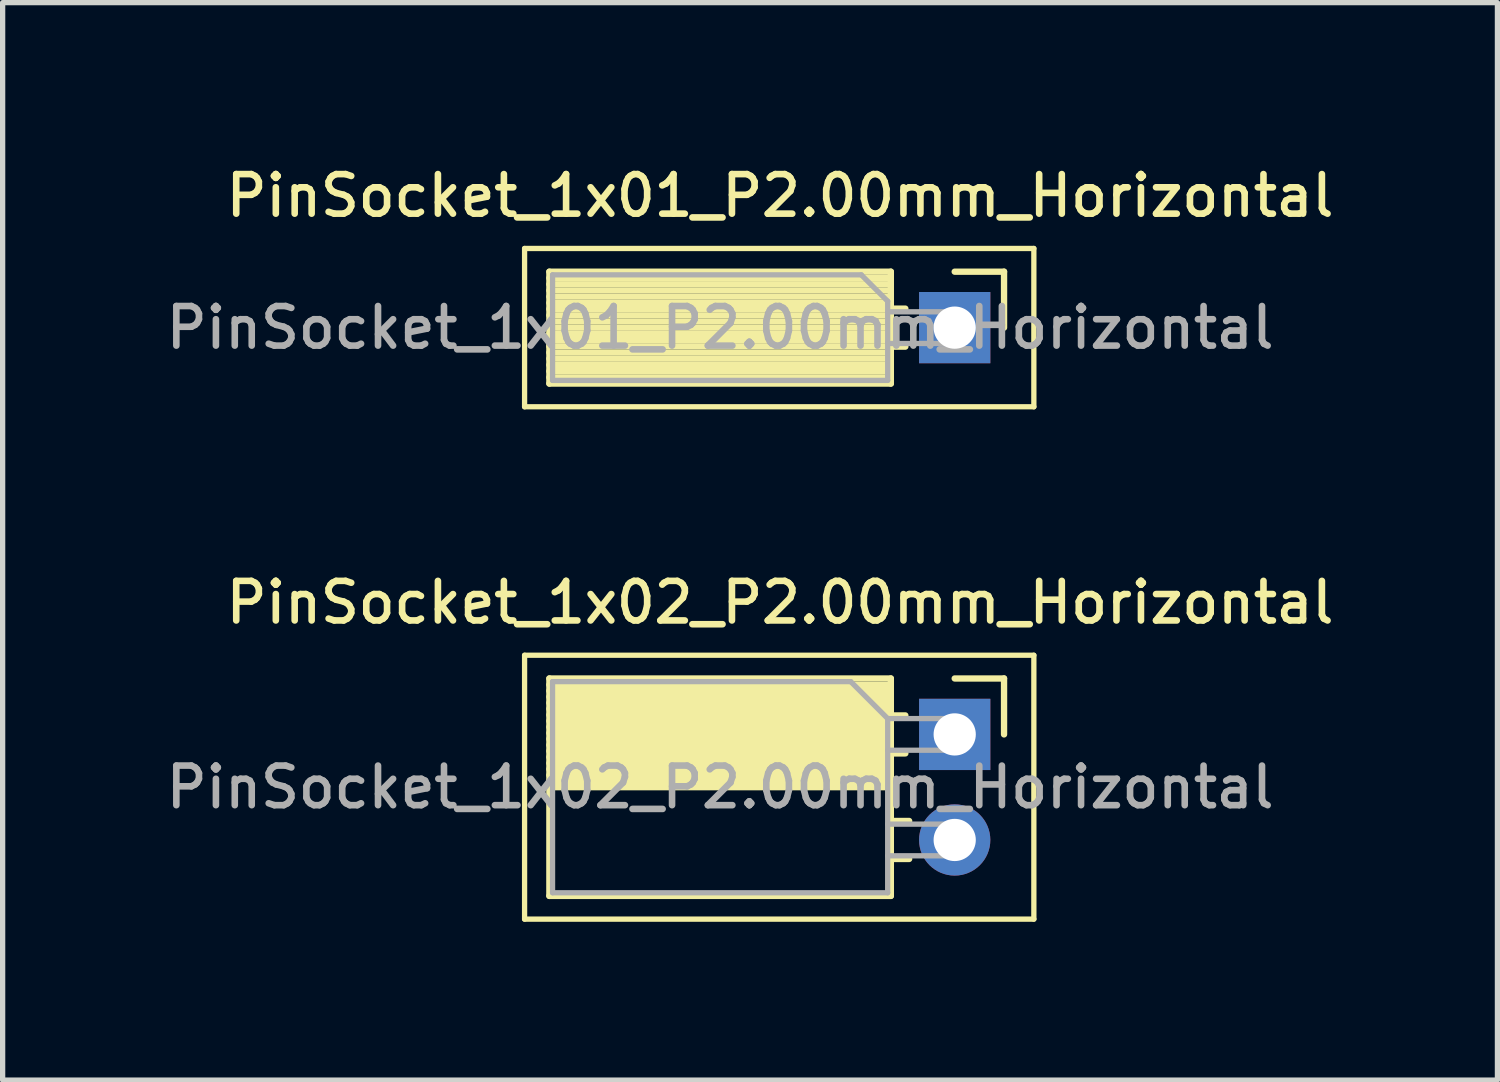
<source format=kicad_pcb>
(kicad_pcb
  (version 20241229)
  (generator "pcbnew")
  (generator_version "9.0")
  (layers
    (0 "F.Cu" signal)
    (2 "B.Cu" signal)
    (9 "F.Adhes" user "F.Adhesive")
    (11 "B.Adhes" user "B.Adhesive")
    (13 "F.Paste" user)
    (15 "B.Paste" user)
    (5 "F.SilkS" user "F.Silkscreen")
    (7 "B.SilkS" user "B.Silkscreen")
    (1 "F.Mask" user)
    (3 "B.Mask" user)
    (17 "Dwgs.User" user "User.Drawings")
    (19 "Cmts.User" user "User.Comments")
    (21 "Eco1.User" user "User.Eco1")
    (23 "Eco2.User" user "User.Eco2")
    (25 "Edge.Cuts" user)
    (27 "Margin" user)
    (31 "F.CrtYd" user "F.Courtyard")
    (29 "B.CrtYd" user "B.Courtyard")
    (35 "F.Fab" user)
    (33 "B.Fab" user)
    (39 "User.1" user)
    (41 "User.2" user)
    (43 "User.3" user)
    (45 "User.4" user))
  (footprint "PinSocket_1x02_P2.00mm_Horizontal"
    (layer "F.Cu")
    (at 15.04 10.866)
    (property "Reference" "PinSocket_1x02_P2.00mm_Horizontal" (at -3.31 -2.5 0) (layer "F.SilkS") (effects (font (size 0.75 0.75) (thickness 0.125))))
    (attr through_hole)
    (fp_line (start -8.15 -1.5) (end -8.15 3.5) (stroke (width 0.1) (type solid)) (layer "F.SilkS"))
    (fp_line (start -8.15 3.5) (end 1.5 3.5) (stroke (width 0.1) (type solid)) (layer "F.SilkS"))
    (fp_line (start -7.68 -1.06) (end -7.68 3.06) (stroke (width 0.12) (type solid)) (layer "F.SilkS"))
    (fp_line (start -7.68 -1.06) (end -1.21 -1.06) (stroke (width 0.12) (type solid)) (layer "F.SilkS"))
    (fp_line (start -7.68 -0.94) (end -1.21 -0.94) (stroke (width 0.12) (type solid)) (layer "F.SilkS"))
    (fp_line (start -7.68 -0.826) (end -1.21 -0.826) (stroke (width 0.12) (type solid)) (layer "F.SilkS"))
    (fp_line (start -7.68 -0.712) (end -1.21 -0.712) (stroke (width 0.12) (type solid)) (layer "F.SilkS"))
    (fp_line (start -7.68 -0.598) (end -1.21 -0.598) (stroke (width 0.12) (type solid)) (layer "F.SilkS"))
    (fp_line (start -7.68 -0.484) (end -1.21 -0.484) (stroke (width 0.12) (type solid)) (layer "F.SilkS"))
    (fp_line (start -7.68 -0.369) (end -1.21 -0.369) (stroke (width 0.12) (type solid)) (layer "F.SilkS"))
    (fp_line (start -7.68 -0.255) (end -1.21 -0.255) (stroke (width 0.12) (type solid)) (layer "F.SilkS"))
    (fp_line (start -7.68 -0.141) (end -1.21 -0.141) (stroke (width 0.12) (type solid)) (layer "F.SilkS"))
    (fp_line (start -7.68 -0.027) (end -1.21 -0.027) (stroke (width 0.12) (type solid)) (layer "F.SilkS"))
    (fp_line (start -7.68 0.087) (end -1.21 0.087) (stroke (width 0.12) (type solid)) (layer "F.SilkS"))
    (fp_line (start -7.68 0.201) (end -1.21 0.201) (stroke (width 0.12) (type solid)) (layer "F.SilkS"))
    (fp_line (start -7.68 0.315) (end -1.21 0.315) (stroke (width 0.12) (type solid)) (layer "F.SilkS"))
    (fp_line (start -7.68 0.429) (end -1.21 0.429) (stroke (width 0.12) (type solid)) (layer "F.SilkS"))
    (fp_line (start -7.68 0.544) (end -1.21 0.544) (stroke (width 0.12) (type solid)) (layer "F.SilkS"))
    (fp_line (start -7.68 0.658) (end -1.21 0.658) (stroke (width 0.12) (type solid)) (layer "F.SilkS"))
    (fp_line (start -7.68 0.772) (end -1.21 0.772) (stroke (width 0.12) (type solid)) (layer "F.SilkS"))
    (fp_line (start -7.68 0.886) (end -1.21 0.886) (stroke (width 0.12) (type solid)) (layer "F.SilkS"))
    (fp_line (start -7.68 1) (end -1.21 1) (stroke (width 0.12) (type solid)) (layer "F.SilkS"))
    (fp_line (start -7.68 3.06) (end -1.21 3.06) (stroke (width 0.12) (type solid)) (layer "F.SilkS"))
    (fp_line (start -1.21 -1.06) (end -1.21 3.06) (stroke (width 0.12) (type solid)) (layer "F.SilkS"))
    (fp_line (start -1.21 -0.36) (end -0.935 -0.36) (stroke (width 0.12) (type solid)) (layer "F.SilkS"))
    (fp_line (start -1.21 0.36) (end -0.935 0.36) (stroke (width 0.12) (type solid)) (layer "F.SilkS"))
    (fp_line (start -1.21 1.64) (end -0.863 1.64) (stroke (width 0.12) (type solid)) (layer "F.SilkS"))
    (fp_line (start -1.21 2.36) (end -0.863 2.36) (stroke (width 0.12) (type solid)) (layer "F.SilkS"))
    (fp_line (start 0 -1.06) (end 0.935 -1.06) (stroke (width 0.12) (type solid)) (layer "F.SilkS"))
    (fp_line (start 0.935 -1.06) (end 0.935 0) (stroke (width 0.12) (type solid)) (layer "F.SilkS"))
    (fp_line (start 1.5 -1.5) (end -8.15 -1.5) (stroke (width 0.1) (type solid)) (layer "F.SilkS"))
    (fp_line (start 1.5 3.5) (end 1.5 -1.5) (stroke (width 0.1) (type solid)) (layer "F.SilkS"))
    (fp_line (start -7.62 -1) (end -1.97 -1) (stroke (width 0.1) (type solid)) (layer "F.Fab"))
    (fp_line (start -7.62 3) (end -7.62 -1) (stroke (width 0.1) (type solid)) (layer "F.Fab"))
    (fp_line (start -1.97 -1) (end -1.27 -0.3) (stroke (width 0.1) (type solid)) (layer "F.Fab"))
    (fp_line (start -1.27 -0.3) (end -1.27 3) (stroke (width 0.1) (type solid)) (layer "F.Fab"))
    (fp_line (start -1.27 0.3) (end 0 0.3) (stroke (width 0.1) (type solid)) (layer "F.Fab"))
    (fp_line (start -1.27 2.3) (end 0 2.3) (stroke (width 0.1) (type solid)) (layer "F.Fab"))
    (fp_line (start -1.27 3) (end -7.62 3) (stroke (width 0.1) (type solid)) (layer "F.Fab"))
    (fp_line (start 0 -0.3) (end -1.27 -0.3) (stroke (width 0.1) (type solid)) (layer "F.Fab"))
    (fp_line (start 0 0.3) (end 0 -0.3) (stroke (width 0.1) (type solid)) (layer "F.Fab"))
    (fp_line (start 0 1.7) (end -1.27 1.7) (stroke (width 0.1) (type solid)) (layer "F.Fab"))
    (fp_line (start 0 2.3) (end 0 1.7) (stroke (width 0.1) (type solid)) (layer "F.Fab"))
    (fp_text user "${REFERENCE}" (at -4.445 1 0) (layer "F.Fab") (effects (font (size 0.75 0.75) (thickness 0.125))))
    (pad "1" thru_hole rect (at 0 0) (size 1.35 1.35) (drill 0.8) (layers "*.Cu" "*.Mask"))
    (pad "2" thru_hole oval (at 0 2) (size 1.35 1.35) (drill 0.8) (layers "*.Cu" "*.Mask")))
  (footprint "PinSocket_1x01_P2.00mm_Horizontal"
    (layer "F.Cu")
    (at 15.04 3.158)
    (property "Reference" "PinSocket_1x01_P2.00mm_Horizontal" (at -3.31 -2.5 0) (layer "F.SilkS") (effects (font (size 0.75 0.75) (thickness 0.125))))
    (attr through_hole)
    (fp_line (start -8.15 -1.5) (end -8.15 1.5) (stroke (width 0.1) (type solid)) (layer "F.SilkS"))
    (fp_line (start -8.15 1.5) (end 1.5 1.5) (stroke (width 0.1) (type solid)) (layer "F.SilkS"))
    (fp_line (start -7.68 -1.06) (end -7.68 1.06) (stroke (width 0.12) (type solid)) (layer "F.SilkS"))
    (fp_line (start -7.68 -1.06) (end -1.21 -1.06) (stroke (width 0.12) (type solid)) (layer "F.SilkS"))
    (fp_line (start -7.68 -0.94) (end -1.21 -0.94) (stroke (width 0.12) (type solid)) (layer "F.SilkS"))
    (fp_line (start -7.68 -0.822) (end -1.21 -0.822) (stroke (width 0.12) (type solid)) (layer "F.SilkS"))
    (fp_line (start -7.68 -0.705) (end -1.21 -0.705) (stroke (width 0.12) (type solid)) (layer "F.SilkS"))
    (fp_line (start -7.68 -0.587) (end -1.21 -0.587) (stroke (width 0.12) (type solid)) (layer "F.SilkS"))
    (fp_line (start -7.68 -0.469) (end -1.21 -0.469) (stroke (width 0.12) (type solid)) (layer "F.SilkS"))
    (fp_line (start -7.68 -0.352) (end -1.21 -0.352) (stroke (width 0.12) (type solid)) (layer "F.SilkS"))
    (fp_line (start -7.68 -0.234) (end -1.21 -0.234) (stroke (width 0.12) (type solid)) (layer "F.SilkS"))
    (fp_line (start -7.68 -0.116) (end -1.21 -0.116) (stroke (width 0.12) (type solid)) (layer "F.SilkS"))
    (fp_line (start -7.68 0.001) (end -1.21 0.001) (stroke (width 0.12) (type solid)) (layer "F.SilkS"))
    (fp_line (start -7.68 0.119) (end -1.21 0.119) (stroke (width 0.12) (type solid)) (layer "F.SilkS"))
    (fp_line (start -7.68 0.236) (end -1.21 0.236) (stroke (width 0.12) (type solid)) (layer "F.SilkS"))
    (fp_line (start -7.68 0.354) (end -1.21 0.354) (stroke (width 0.12) (type solid)) (layer "F.SilkS"))
    (fp_line (start -7.68 0.472) (end -1.21 0.472) (stroke (width 0.12) (type solid)) (layer "F.SilkS"))
    (fp_line (start -7.68 0.589) (end -1.21 0.589) (stroke (width 0.12) (type solid)) (layer "F.SilkS"))
    (fp_line (start -7.68 0.707) (end -1.21 0.707) (stroke (width 0.12) (type solid)) (layer "F.SilkS"))
    (fp_line (start -7.68 0.825) (end -1.21 0.825) (stroke (width 0.12) (type solid)) (layer "F.SilkS"))
    (fp_line (start -7.68 0.942) (end -1.21 0.942) (stroke (width 0.12) (type solid)) (layer "F.SilkS"))
    (fp_line (start -7.68 1.06) (end -1.21 1.06) (stroke (width 0.12) (type solid)) (layer "F.SilkS"))
    (fp_line (start -1.21 -1.06) (end -1.21 1.06) (stroke (width 0.12) (type solid)) (layer "F.SilkS"))
    (fp_line (start -1.21 -0.36) (end -0.935 -0.36) (stroke (width 0.12) (type solid)) (layer "F.SilkS"))
    (fp_line (start -1.21 0.36) (end -0.935 0.36) (stroke (width 0.12) (type solid)) (layer "F.SilkS"))
    (fp_line (start 0 -1.06) (end 0.935 -1.06) (stroke (width 0.12) (type solid)) (layer "F.SilkS"))
    (fp_line (start 0.935 -1.06) (end 0.935 0) (stroke (width 0.12) (type solid)) (layer "F.SilkS"))
    (fp_line (start 1.5 -1.5) (end -8.15 -1.5) (stroke (width 0.1) (type solid)) (layer "F.SilkS"))
    (fp_line (start 1.5 1.5) (end 1.5 -1.5) (stroke (width 0.1) (type solid)) (layer "F.SilkS"))
    (fp_line (start -7.62 -1) (end -1.77 -1) (stroke (width 0.1) (type solid)) (layer "F.Fab"))
    (fp_line (start -7.62 1) (end -7.62 -1) (stroke (width 0.1) (type solid)) (layer "F.Fab"))
    (fp_line (start -1.77 -1) (end -1.27 -0.5) (stroke (width 0.1) (type solid)) (layer "F.Fab"))
    (fp_line (start -1.27 -0.5) (end -1.27 1) (stroke (width 0.1) (type solid)) (layer "F.Fab"))
    (fp_line (start -1.27 0.3) (end 0 0.3) (stroke (width 0.1) (type solid)) (layer "F.Fab"))
    (fp_line (start -1.27 1) (end -7.62 1) (stroke (width 0.1) (type solid)) (layer "F.Fab"))
    (fp_line (start 0 -0.3) (end -1.27 -0.3) (stroke (width 0.1) (type solid)) (layer "F.Fab"))
    (fp_line (start 0 0.3) (end 0 -0.3) (stroke (width 0.1) (type solid)) (layer "F.Fab"))
    (fp_text user "${REFERENCE}" (at -4.445 0 0) (layer "F.Fab") (effects (font (size 0.75 0.75) (thickness 0.125))))
    (pad "1" thru_hole rect (at 0 0) (size 1.35 1.35) (drill 0.8) (layers "*.Cu" "*.Mask")))
  (gr_rect
    (start -3 -3)
    (end 25.324 17.416)
    (stroke (width 0.1) (type default))
    (fill no)
    (layer "Edge.Cuts")))
</source>
